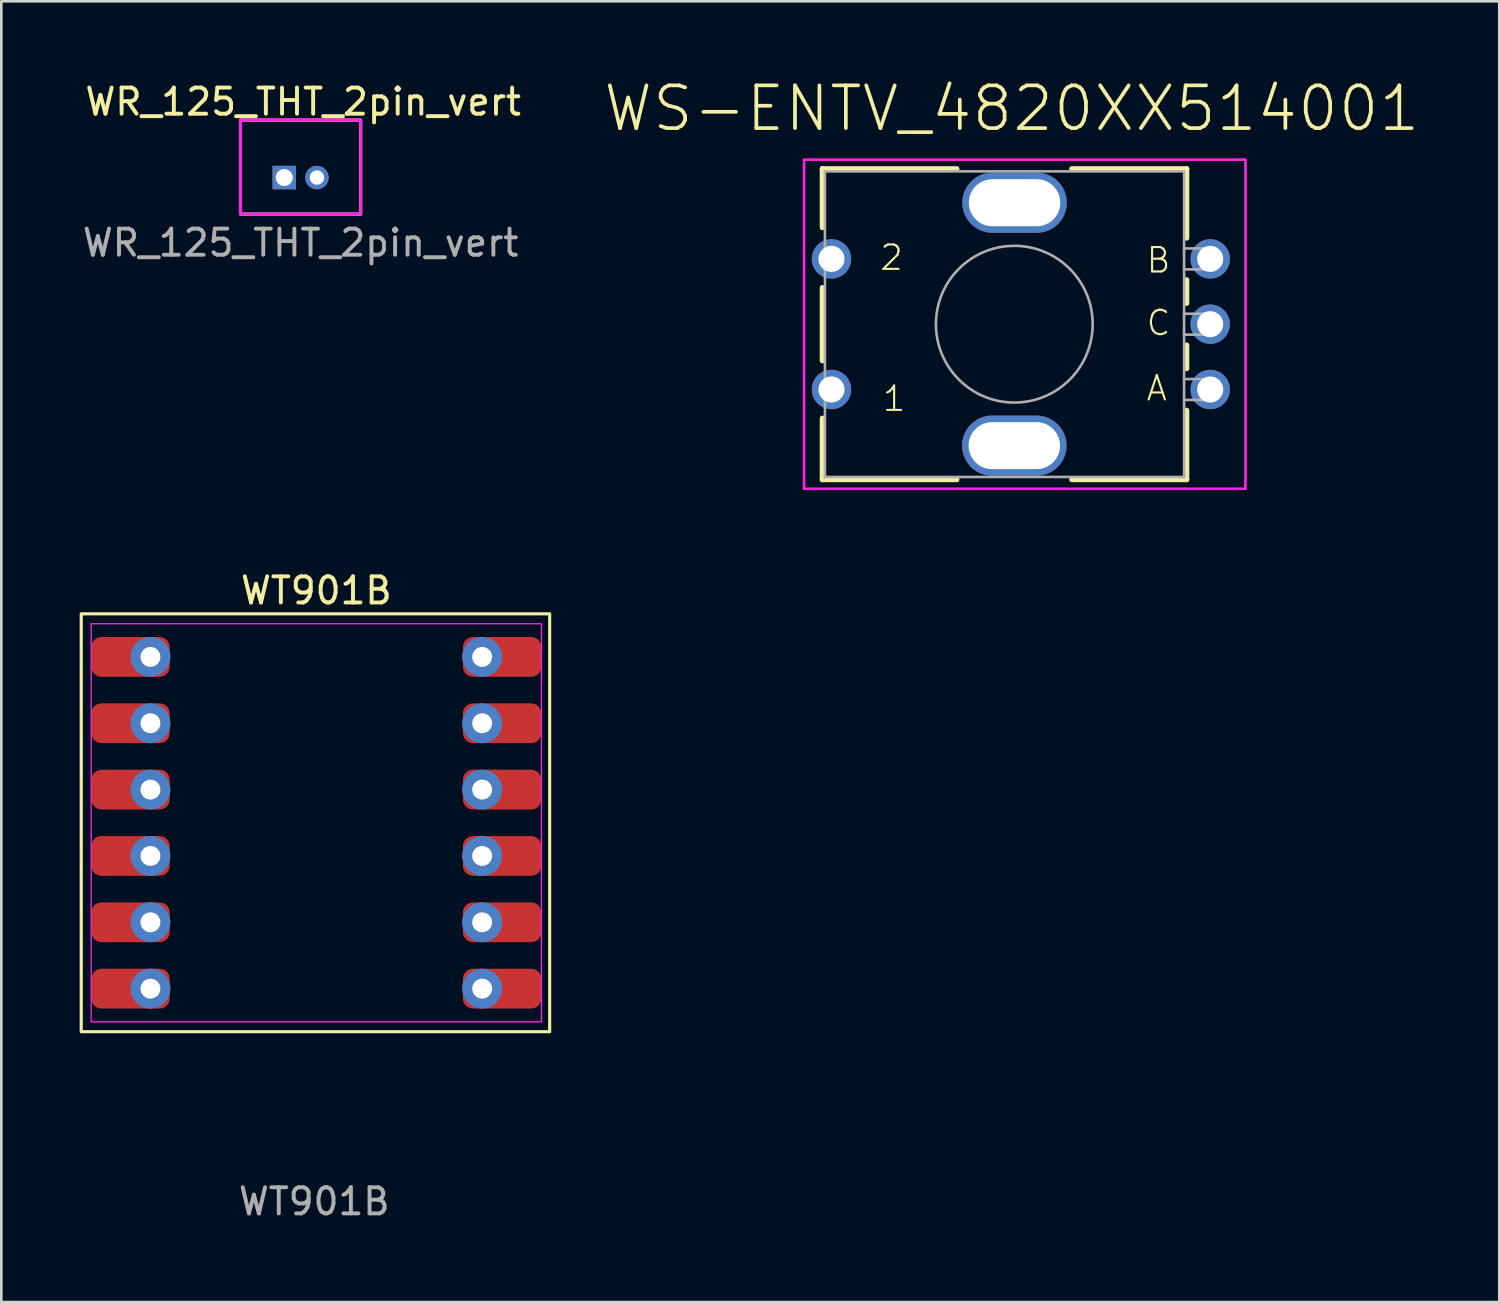
<source format=kicad_pcb>
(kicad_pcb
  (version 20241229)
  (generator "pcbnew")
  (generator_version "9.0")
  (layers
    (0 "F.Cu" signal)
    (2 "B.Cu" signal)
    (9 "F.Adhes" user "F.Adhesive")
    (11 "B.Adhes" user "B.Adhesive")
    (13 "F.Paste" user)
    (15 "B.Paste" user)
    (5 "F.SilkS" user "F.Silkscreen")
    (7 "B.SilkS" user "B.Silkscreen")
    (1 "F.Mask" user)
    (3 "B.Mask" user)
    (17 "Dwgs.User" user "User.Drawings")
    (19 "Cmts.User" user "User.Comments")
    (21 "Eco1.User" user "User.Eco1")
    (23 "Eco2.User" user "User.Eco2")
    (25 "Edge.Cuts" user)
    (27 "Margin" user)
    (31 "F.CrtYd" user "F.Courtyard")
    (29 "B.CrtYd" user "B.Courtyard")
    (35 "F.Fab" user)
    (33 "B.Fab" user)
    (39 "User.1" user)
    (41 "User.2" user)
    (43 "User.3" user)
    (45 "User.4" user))
  (footprint "WS-ENTV_4820XX514001"
    (layer "F.Cu")
    (at 35.784 9.362)
    (property "Reference" "WS-ENTV_4820XX514001" (at -0.1 -7.3 0) (layer "F.SilkS") (effects (font (size 1.636 1.636) (thickness 0.142)) (justify bottom)))
    (attr through_hole)
    (fp_line (start -7.35 -5.95) (end -7.35 -3.7) (stroke (width 0.2) (type solid)) (layer "F.SilkS"))
    (fp_line (start -7.35 -1.4) (end -7.35 1.4) (stroke (width 0.2) (type solid)) (layer "F.SilkS"))
    (fp_line (start -7.35 3.6) (end -7.35 5.95) (stroke (width 0.2) (type solid)) (layer "F.SilkS"))
    (fp_line (start -7.35 5.95) (end -2.2 5.95) (stroke (width 0.2) (type solid)) (layer "F.SilkS"))
    (fp_line (start -2.2 -5.95) (end -7.35 -5.95) (stroke (width 0.2) (type solid)) (layer "F.SilkS"))
    (fp_line (start 2.2 -5.95) (end 6.6 -5.95) (stroke (width 0.2) (type solid)) (layer "F.SilkS"))
    (fp_line (start 6.6 -5.95) (end 6.6 -3.3) (stroke (width 0.2) (type solid)) (layer "F.SilkS"))
    (fp_line (start 6.6 -1.7) (end 6.6 -0.8) (stroke (width 0.2) (type solid)) (layer "F.SilkS"))
    (fp_line (start 6.6 0.8) (end 6.6 1.7) (stroke (width 0.2) (type solid)) (layer "F.SilkS"))
    (fp_line (start 6.6 3.3) (end 6.6 5.95) (stroke (width 0.2) (type solid)) (layer "F.SilkS"))
    (fp_line (start 6.6 5.95) (end 2.2 5.95) (stroke (width 0.2) (type solid)) (layer "F.SilkS"))
    (fp_poly (pts (xy 8.85 6.3) (xy -8.05 6.3) (xy -8.05 -6.3) (xy 8.85 -6.3)) (stroke (width 0.1) (type solid)) (fill no) (layer "F.CrtYd"))
    (fp_line (start -7.25 -5.85) (end 6.5 -5.85) (stroke (width 0.1) (type solid)) (layer "F.Fab"))
    (fp_line (start -7.25 5.85) (end -7.25 -5.85) (stroke (width 0.1) (type solid)) (layer "F.Fab"))
    (fp_line (start 6.5 -5.85) (end 6.5 -2.9) (stroke (width 0.1) (type solid)) (layer "F.Fab"))
    (fp_line (start 6.5 -2.9) (end 6.5 -2.1) (stroke (width 0.1) (type solid)) (layer "F.Fab"))
    (fp_line (start 6.5 -2.9) (end 7.6 -2.9) (stroke (width 0.1) (type solid)) (layer "F.Fab"))
    (fp_line (start 6.5 -2.1) (end 6.5 -0.4) (stroke (width 0.1) (type solid)) (layer "F.Fab"))
    (fp_line (start 6.5 -0.4) (end 6.5 0.4) (stroke (width 0.1) (type solid)) (layer "F.Fab"))
    (fp_line (start 6.5 -0.4) (end 7.6 -0.4) (stroke (width 0.1) (type solid)) (layer "F.Fab"))
    (fp_line (start 6.5 0.4) (end 6.5 2.1) (stroke (width 0.1) (type solid)) (layer "F.Fab"))
    (fp_line (start 6.5 2.1) (end 6.5 2.9) (stroke (width 0.1) (type solid)) (layer "F.Fab"))
    (fp_line (start 6.5 2.1) (end 7.6 2.1) (stroke (width 0.1) (type solid)) (layer "F.Fab"))
    (fp_line (start 6.5 2.9) (end 6.5 5.85) (stroke (width 0.1) (type solid)) (layer "F.Fab"))
    (fp_line (start 6.5 5.85) (end -7.25 5.85) (stroke (width 0.1) (type solid)) (layer "F.Fab"))
    (fp_line (start 7.6 -2.9) (end 7.6 -2.1) (stroke (width 0.1) (type solid)) (layer "F.Fab"))
    (fp_line (start 7.6 -2.1) (end 6.5 -2.1) (stroke (width 0.1) (type solid)) (layer "F.Fab"))
    (fp_line (start 7.6 -0.4) (end 7.6 0.4) (stroke (width 0.1) (type solid)) (layer "F.Fab"))
    (fp_line (start 7.6 0.4) (end 6.5 0.4) (stroke (width 0.1) (type solid)) (layer "F.Fab"))
    (fp_line (start 7.6 2.1) (end 7.6 2.9) (stroke (width 0.1) (type solid)) (layer "F.Fab"))
    (fp_line (start 7.6 2.9) (end 6.5 2.9) (stroke (width 0.1) (type solid)) (layer "F.Fab"))
    (fp_circle (center 0 0) (end 3 0) (stroke (width 0.1) (type solid)) (fill no) (layer "F.Fab"))
    (fp_text user "B" (at 5 -1.9 0) (layer "F.SilkS") (effects (font (size 0.935 0.935) (thickness 0.081)) (justify left bottom)))
    (fp_text user "1" (at -5.1 3.4 0) (layer "F.SilkS") (effects (font (size 0.935 0.935) (thickness 0.081)) (justify left bottom)))
    (fp_text user "C" (at 5 0.5 0) (layer "F.SilkS") (effects (font (size 0.935 0.935) (thickness 0.081)) (justify left bottom)))
    (fp_text user "2" (at -5.2 -2 0) (layer "F.SilkS") (effects (font (size 0.935 0.935) (thickness 0.081)) (justify left bottom)))
    (fp_text user "A" (at 5 3 0) (layer "F.SilkS") (effects (font (size 0.935 0.935) (thickness 0.081)) (justify left bottom)))
    (fp_text user "CUTOUT AREA" (at -1.45 4.81 0) (layer "Cmts.User") (effects (font (size 0.28 0.28) (thickness 0.024)) (justify left bottom)))
    (pad "" thru_hole oval (at 0 4.65 90) (size 2.3 4) (drill oval 1.8 3.5) (layers "*.Cu" "*.Mask"))
    (pad "" thru_hole oval (at 0.01 -4.65 90) (size 2.3 4) (drill oval 1.8 3.5) (layers "*.Cu" "*.Mask"))
    (pad "A" thru_hole circle (at 7.5 2.5) (size 1.508 1.508) (drill 1) (layers "*.Cu" "*.Mask"))
    (pad "B" thru_hole circle (at 7.5 -2.5) (size 1.508 1.508) (drill 1) (layers "*.Cu" "*.Mask"))
    (pad "C" thru_hole circle (at 7.5 0) (size 1.508 1.508) (drill 1) (layers "*.Cu" "*.Mask"))
    (pad "S1" thru_hole circle (at -7 2.5) (size 1.508 1.508) (drill 1) (layers "*.Cu" "*.Mask"))
    (pad "S2" thru_hole circle (at -7 -2.5) (size 1.508 1.508) (drill 1) (layers "*.Cu" "*.Mask")))
  (footprint "WT901B"
    (layer "F.Cu")
    (at 9.06 28.451)
    (property "Reference" "WT901B" (at 0 -8.89 0) (unlocked yes) (layer "F.SilkS") (effects (font (size 1 1) (thickness 0.15))))
    (attr through_hole)
    (fp_rect (start -9 -8) (end 8.935 8) (stroke (width 0.12) (type default)) (fill no) (layer "F.SilkS"))
    (fp_rect (start -8.62 -7.62) (end 8.62 7.62) (stroke (width 0.05) (type default)) (fill no) (layer "F.CrtYd"))
    (fp_text user "${REFERENCE}" (at -0.08 14.5 0) (unlocked yes) (layer "F.Fab") (effects (font (size 1 1) (thickness 0.15))))
    (pad "D0" smd roundrect (at -7.112 -6.35) (size 3 1.524) (layers "F.Cu" "F.Mask" "F.Paste") (roundrect_rratio 0.25))
    (pad "D0" thru_hole circle (at -6.35 -6.35) (size 1.524 1.524) (drill 0.762) (layers "*.Cu" "*.Mask"))
    (pad "D1" smd roundrect (at -7.112 6.35) (size 3 1.524) (layers "F.Cu" "F.Mask" "F.Paste") (roundrect_rratio 0.25))
    (pad "D1" thru_hole circle (at -6.35 6.35) (size 1.524 1.524) (drill 0.762) (layers "*.Cu" "*.Mask"))
    (pad "D2" thru_hole circle (at 6.35 -6.35) (size 1.524 1.524) (drill 0.762) (layers "*.Cu" "*.Mask"))
    (pad "D2" smd roundrect (at 7.112 -6.35) (size 3 1.524) (layers "F.Cu" "F.Mask" "F.Paste") (roundrect_rratio 0.25))
    (pad "D3" thru_hole circle (at 6.35 6.35) (size 1.524 1.524) (drill 0.762) (layers "*.Cu" "*.Mask"))
    (pad "D3" smd roundrect (at 7.112 6.35) (size 3 1.524) (layers "F.Cu" "F.Mask" "F.Paste") (roundrect_rratio 0.25))
    (pad "GND" smd roundrect (at -7.112 3.81) (size 3 1.524) (layers "F.Cu" "F.Mask" "F.Paste") (roundrect_rratio 0.25))
    (pad "GND" thru_hole circle (at -6.35 3.81) (size 1.524 1.524) (drill 0.762) (layers "*.Cu" "*.Mask"))
    (pad "GND" thru_hole circle (at 6.35 3.81) (size 1.524 1.524) (drill 0.762) (layers "*.Cu" "*.Mask"))
    (pad "GND" smd roundrect (at 7.112 3.81) (size 3 1.524) (layers "F.Cu" "F.Mask" "F.Paste") (roundrect_rratio 0.25))
    (pad "RX" smd roundrect (at -7.112 -1.27) (size 3 1.524) (layers "F.Cu" "F.Mask" "F.Paste") (roundrect_rratio 0.25))
    (pad "RX" thru_hole circle (at -6.35 -1.27) (size 1.524 1.524) (drill 0.762) (layers "*.Cu" "*.Mask"))
    (pad "SCL" thru_hole circle (at 6.35 -1.27) (size 1.524 1.524) (drill 0.762) (layers "*.Cu" "*.Mask"))
    (pad "SCL" smd roundrect (at 7.112 -1.27) (size 3 1.524) (layers "F.Cu" "F.Mask" "F.Paste") (roundrect_rratio 0.25))
    (pad "SDA" thru_hole circle (at 6.35 1.27) (size 1.524 1.524) (drill 0.762) (layers "*.Cu" "*.Mask"))
    (pad "SDA" smd roundrect (at 7.112 1.27) (size 3 1.524) (layers "F.Cu" "F.Mask" "F.Paste") (roundrect_rratio 0.25))
    (pad "TX" smd roundrect (at -7.112 1.27) (size 3 1.524) (layers "F.Cu" "F.Mask" "F.Paste") (roundrect_rratio 0.25))
    (pad "TX" thru_hole circle (at -6.35 1.27) (size 1.524 1.524) (drill 0.762) (layers "*.Cu" "*.Mask"))
    (pad "VCC" smd roundrect (at -7.112 -3.81) (size 3 1.524) (layers "F.Cu" "F.Mask" "F.Paste") (roundrect_rratio 0.25))
    (pad "VCC" thru_hole circle (at -6.35 -3.81) (size 1.524 1.524) (drill 0.762) (layers "*.Cu" "*.Mask"))
    (pad "VCC" thru_hole circle (at 6.35 -3.81) (size 1.524 1.524) (drill 0.762) (layers "*.Cu" "*.Mask"))
    (pad "VCC" smd roundrect (at 7.112 -3.81) (size 3 1.524) (layers "F.Cu" "F.Mask" "F.Paste") (roundrect_rratio 0.25)))
  (footprint "WR_125_THT_2pin_vert"
    (layer "F.Cu")
    (at 8.458 3.748)
    (property "Reference" "WR_125_THT_2pin_vert" (at 0.1 -2.9 0) (unlocked yes) (layer "F.SilkS") (effects (font (size 1 1) (thickness 0.15))))
    (attr through_hole)
    (fp_rect (start -2.3 -2.2) (end 2.3 1.4) (stroke (width 0.12) (type default)) (fill no) (layer "F.SilkS"))
    (fp_rect (start -2.3 -2.2) (end 2.3 1.4) (stroke (width 0.12) (type default)) (fill no) (layer "F.CrtYd"))
    (fp_text user "${REFERENCE}" (at 0 2.5 0) (unlocked yes) (layer "F.Fab") (effects (font (size 1 1) (thickness 0.15))))
    (pad "1" thru_hole rect (at -0.625 0) (size 0.9 0.9) (drill 0.65) (layers "*.Cu" "*.Mask"))
    (pad "2" thru_hole circle (at 0.625 0) (size 0.9 0.9) (drill 0.55) (layers "*.Cu" "*.Mask")))
  (gr_rect
    (start -3 -3)
    (end 54.351 46.799)
    (stroke (width 0.1) (type default))
    (fill no)
    (layer "Edge.Cuts")))
</source>
